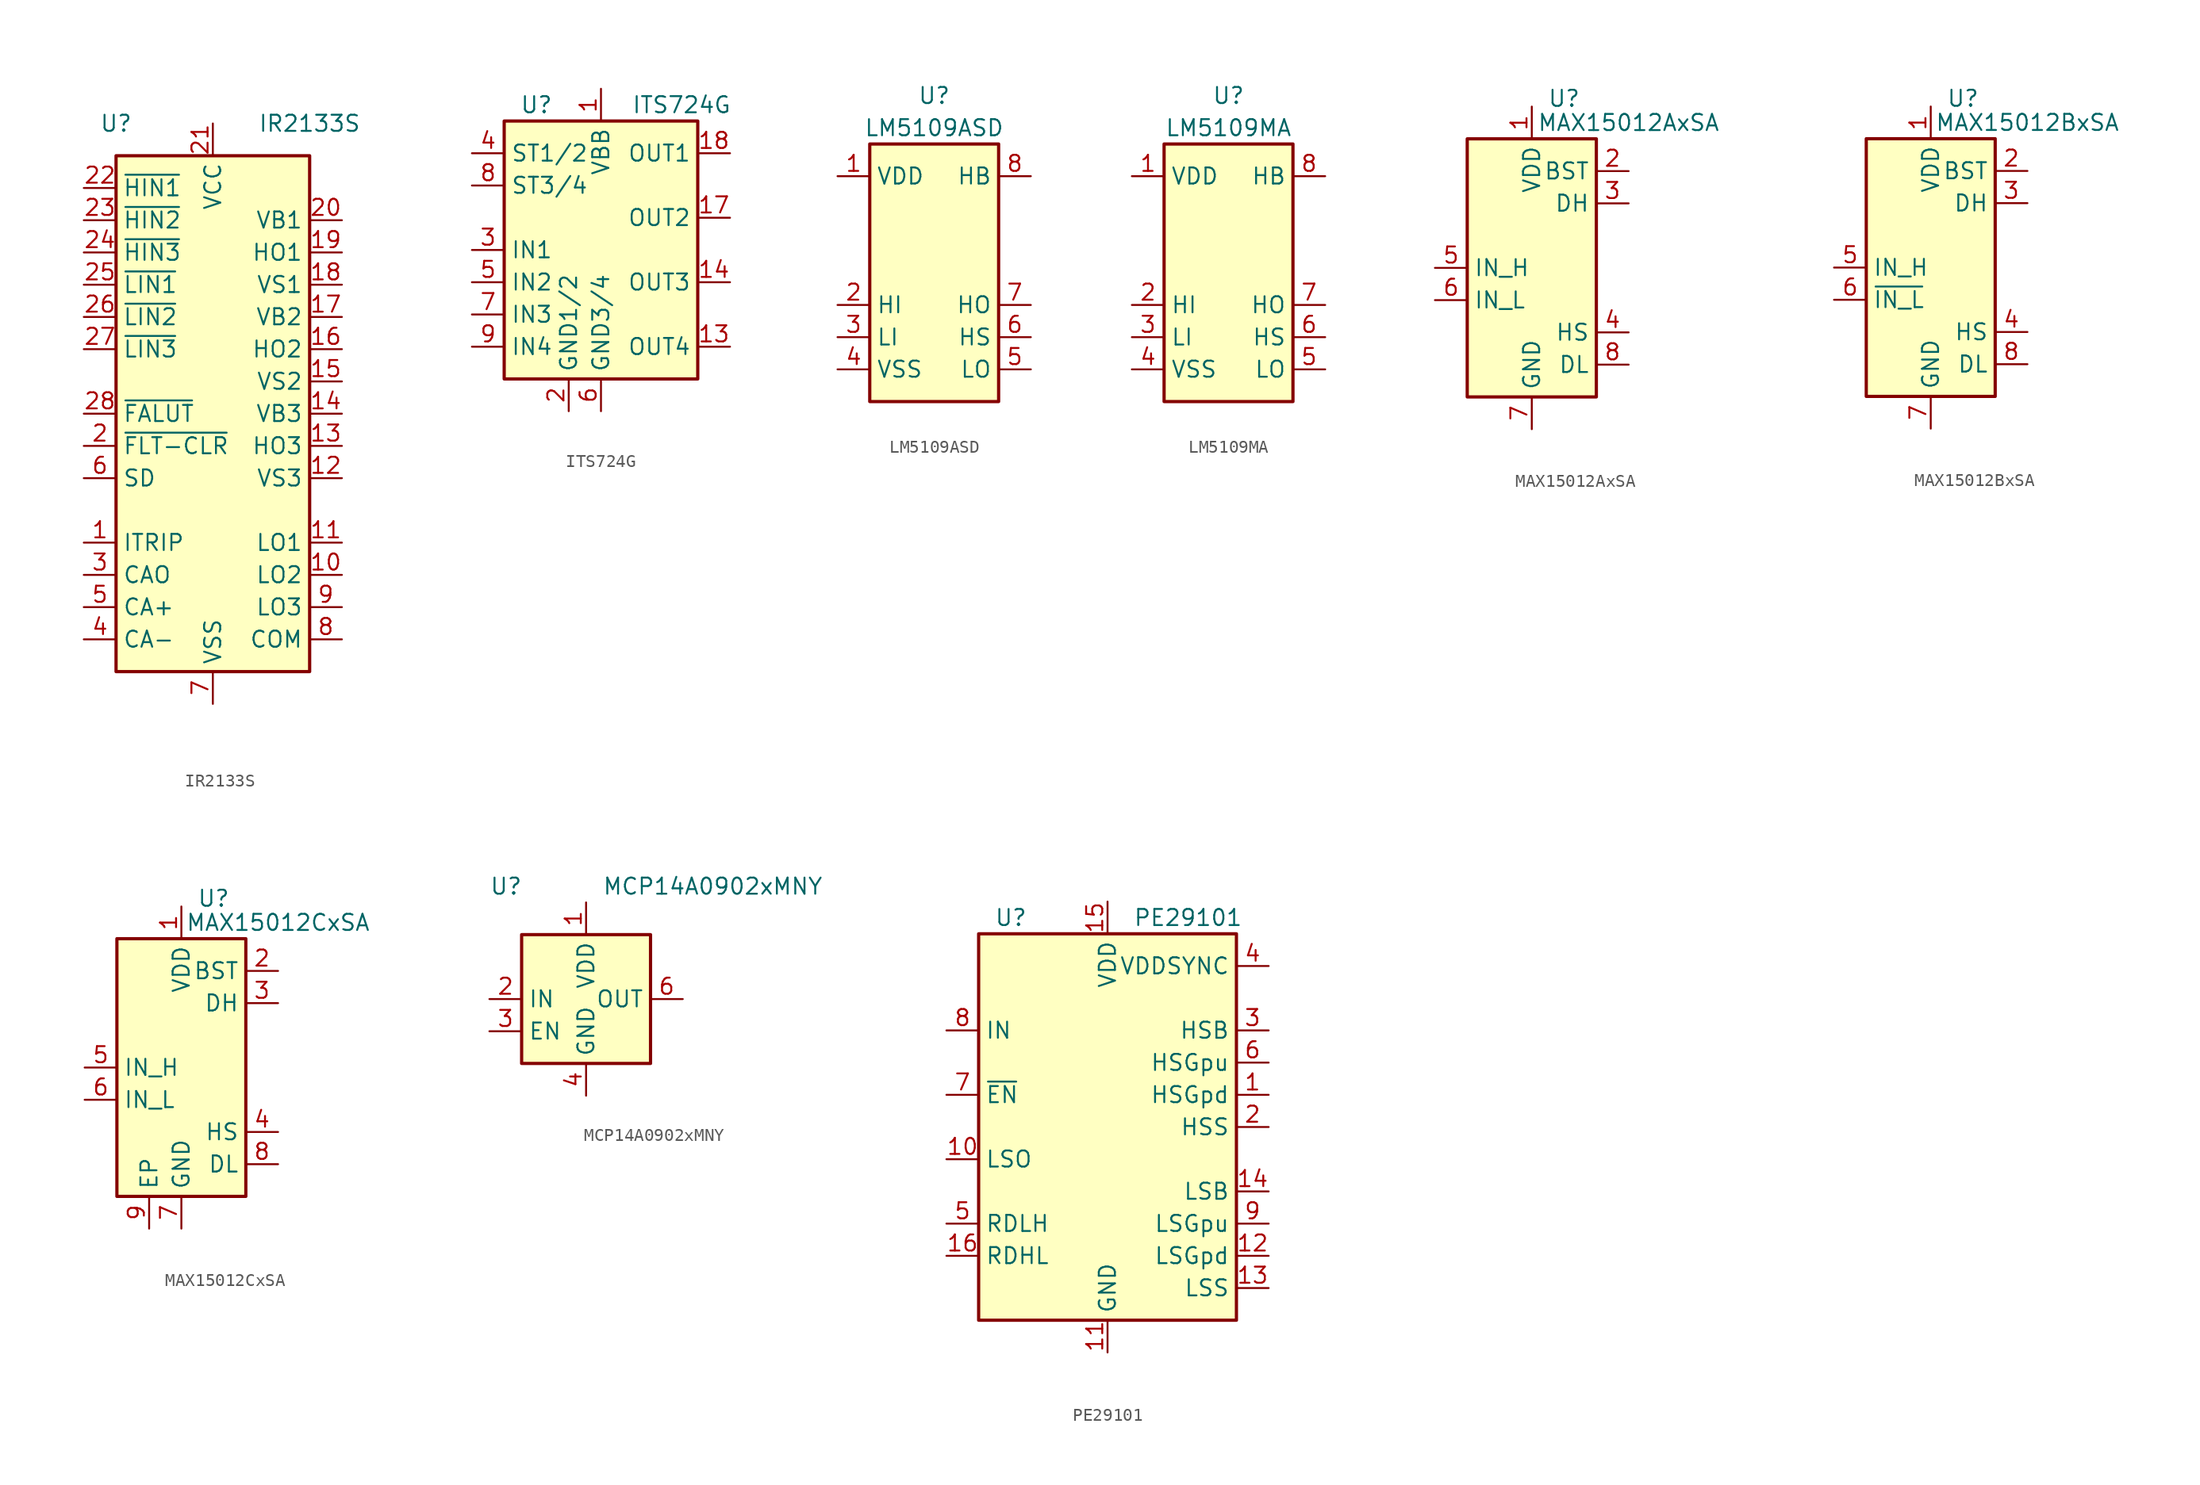
<source format=kicad_sym>
(kicad_symbol_lib
  (version 20201005)
  (generator kicad_symbol_editor)
  (symbol "Driver_FET:IR2133S"
    (property "Reference" "U"
      (at -7.62 22.86 0)
      (effects (font (size 1.27 1.27))))
    (property "Value" "IR2133S"
      (at 7.62 22.86 0)
      (effects (font (size 1.27 1.27))))
    (symbol "IR2133S_1_1"
      (rectangle (start -7.62 -20.32) (end 7.62 20.32) (stroke (width 0.254)) (fill (type background)))
      (pin input line (at -10.16 -10.16 0) (length 2.54) (name "ITRIP" (effects (font (size 1.27 1.27)))) (number "1" (effects (font (size 1.27 1.27)))))
      (pin output line (at 10.16 -12.7 180) (length 2.54) (name "LO2" (effects (font (size 1.27 1.27)))) (number "10" (effects (font (size 1.27 1.27)))))
      (pin output line (at 10.16 -10.16 180) (length 2.54) (name "LO1" (effects (font (size 1.27 1.27)))) (number "11" (effects (font (size 1.27 1.27)))))
      (pin passive line (at 10.16 -5.08 180) (length 2.54) (name "VS3" (effects (font (size 1.27 1.27)))) (number "12" (effects (font (size 1.27 1.27)))))
      (pin output line (at 10.16 -2.54 180) (length 2.54) (name "HO3" (effects (font (size 1.27 1.27)))) (number "13" (effects (font (size 1.27 1.27)))))
      (pin passive line (at 10.16 0 180) (length 2.54) (name "VB3" (effects (font (size 1.27 1.27)))) (number "14" (effects (font (size 1.27 1.27)))))
      (pin passive line (at 10.16 2.54 180) (length 2.54) (name "VS2" (effects (font (size 1.27 1.27)))) (number "15" (effects (font (size 1.27 1.27)))))
      (pin output line (at 10.16 5.08 180) (length 2.54) (name "HO2" (effects (font (size 1.27 1.27)))) (number "16" (effects (font (size 1.27 1.27)))))
      (pin passive line (at 10.16 7.62 180) (length 2.54) (name "VB2" (effects (font (size 1.27 1.27)))) (number "17" (effects (font (size 1.27 1.27)))))
      (pin passive line (at 10.16 10.16 180) (length 2.54) (name "VS1" (effects (font (size 1.27 1.27)))) (number "18" (effects (font (size 1.27 1.27)))))
      (pin output line (at 10.16 12.7 180) (length 2.54) (name "HO1" (effects (font (size 1.27 1.27)))) (number "19" (effects (font (size 1.27 1.27)))))
      (pin input line (at -10.16 -2.54 0) (length 2.54) (name "~FLT-CLR" (effects (font (size 1.27 1.27)))) (number "2" (effects (font (size 1.27 1.27)))))
      (pin passive line (at 10.16 15.24 180) (length 2.54) (name "VB1" (effects (font (size 1.27 1.27)))) (number "20" (effects (font (size 1.27 1.27)))))
      (pin power_in line (at 0 22.86 270) (length 2.54) (name "VCC" (effects (font (size 1.27 1.27)))) (number "21" (effects (font (size 1.27 1.27)))))
      (pin input line (at -10.16 17.78 0) (length 2.54) (name "~HIN1" (effects (font (size 1.27 1.27)))) (number "22" (effects (font (size 1.27 1.27)))))
      (pin input line (at -10.16 15.24 0) (length 2.54) (name "~HIN2" (effects (font (size 1.27 1.27)))) (number "23" (effects (font (size 1.27 1.27)))))
      (pin input line (at -10.16 12.7 0) (length 2.54) (name "~HIN3" (effects (font (size 1.27 1.27)))) (number "24" (effects (font (size 1.27 1.27)))))
      (pin input line (at -10.16 10.16 0) (length 2.54) (name "~LIN1" (effects (font (size 1.27 1.27)))) (number "25" (effects (font (size 1.27 1.27)))))
      (pin input line (at -10.16 7.62 0) (length 2.54) (name "~LIN2" (effects (font (size 1.27 1.27)))) (number "26" (effects (font (size 1.27 1.27)))))
      (pin input line (at -10.16 5.08 0) (length 2.54) (name "~LIN3" (effects (font (size 1.27 1.27)))) (number "27" (effects (font (size 1.27 1.27)))))
      (pin output line (at -10.16 0 0) (length 2.54) (name "~FALUT" (effects (font (size 1.27 1.27)))) (number "28" (effects (font (size 1.27 1.27)))))
      (pin output line (at -10.16 -12.7 0) (length 2.54) (name "CAO" (effects (font (size 1.27 1.27)))) (number "3" (effects (font (size 1.27 1.27)))))
      (pin input line (at -10.16 -17.78 0) (length 2.54) (name "CA-" (effects (font (size 1.27 1.27)))) (number "4" (effects (font (size 1.27 1.27)))))
      (pin input line (at -10.16 -15.24 0) (length 2.54) (name "CA+" (effects (font (size 1.27 1.27)))) (number "5" (effects (font (size 1.27 1.27)))))
      (pin input line (at -10.16 -5.08 0) (length 2.54) (name "SD" (effects (font (size 1.27 1.27)))) (number "6" (effects (font (size 1.27 1.27)))))
      (pin power_in line (at 0 -22.86 90) (length 2.54) (name "VSS" (effects (font (size 1.27 1.27)))) (number "7" (effects (font (size 1.27 1.27)))))
      (pin passive line (at 10.16 -17.78 180) (length 2.54) (name "COM" (effects (font (size 1.27 1.27)))) (number "8" (effects (font (size 1.27 1.27)))))
      (pin output line (at 10.16 -15.24 180) (length 2.54) (name "LO3" (effects (font (size 1.27 1.27)))) (number "9" (effects (font (size 1.27 1.27)))))))
  (symbol "Driver_FET:ITS724G"
    (property "Reference" "U"
      (at -5.08 11.43 0)
      (effects (font (size 1.27 1.27))))
    (property "Value" "ITS724G"
      (at 6.35 11.43 0)
      (effects (font (size 1.27 1.27))))
    (symbol "ITS724G_0_1"
      (rectangle (start -7.62 10.16) (end 7.62 -10.16) (stroke (width 0.254)) (fill (type background))))
    (symbol "ITS724G_1_1"
      (pin power_in line (at 0 12.7 270) (length 2.54) (name "VBB" (effects (font (size 1.27 1.27)))) (number "1" (effects (font (size 1.27 1.27)))))
      (pin passive line (at 0 12.7 270) (length 2.54) hide (name "VBB" (effects (font (size 1.27 1.27)))) (number "10" (effects (font (size 1.27 1.27)))))
      (pin passive line (at 0 12.7 270) (length 2.54) hide (name "VBB" (effects (font (size 1.27 1.27)))) (number "11" (effects (font (size 1.27 1.27)))))
      (pin passive line (at 0 12.7 270) (length 2.54) hide (name "VBB" (effects (font (size 1.27 1.27)))) (number "12" (effects (font (size 1.27 1.27)))))
      (pin open_emitter line (at 10.16 -7.62 180) (length 2.54) (name "OUT4" (effects (font (size 1.27 1.27)))) (number "13" (effects (font (size 1.27 1.27)))))
      (pin open_emitter line (at 10.16 -2.54 180) (length 2.54) (name "OUT3" (effects (font (size 1.27 1.27)))) (number "14" (effects (font (size 1.27 1.27)))))
      (pin passive line (at 0 12.7 270) (length 2.54) hide (name "VBB" (effects (font (size 1.27 1.27)))) (number "15" (effects (font (size 1.27 1.27)))))
      (pin passive line (at 0 12.7 270) (length 2.54) hide (name "VBB" (effects (font (size 1.27 1.27)))) (number "16" (effects (font (size 1.27 1.27)))))
      (pin open_emitter line (at 10.16 2.54 180) (length 2.54) (name "OUT2" (effects (font (size 1.27 1.27)))) (number "17" (effects (font (size 1.27 1.27)))))
      (pin open_emitter line (at 10.16 7.62 180) (length 2.54) (name "OUT1" (effects (font (size 1.27 1.27)))) (number "18" (effects (font (size 1.27 1.27)))))
      (pin passive line (at 0 12.7 270) (length 2.54) hide (name "VBB" (effects (font (size 1.27 1.27)))) (number "19" (effects (font (size 1.27 1.27)))))
      (pin power_in line (at -2.54 -12.7 90) (length 2.54) (name "GND1/2" (effects (font (size 1.27 1.27)))) (number "2" (effects (font (size 1.27 1.27)))))
      (pin passive line (at 0 12.7 270) (length 2.54) hide (name "VBB" (effects (font (size 1.27 1.27)))) (number "20" (effects (font (size 1.27 1.27)))))
      (pin input line (at -10.16 0 0) (length 2.54) (name "IN1" (effects (font (size 1.27 1.27)))) (number "3" (effects (font (size 1.27 1.27)))))
      (pin open_collector line (at -10.16 7.62 0) (length 2.54) (name "ST1/2" (effects (font (size 1.27 1.27)))) (number "4" (effects (font (size 1.27 1.27)))))
      (pin input line (at -10.16 -2.54 0) (length 2.54) (name "IN2" (effects (font (size 1.27 1.27)))) (number "5" (effects (font (size 1.27 1.27)))))
      (pin power_in line (at 0 -12.7 90) (length 2.54) (name "GND3/4" (effects (font (size 1.27 1.27)))) (number "6" (effects (font (size 1.27 1.27)))))
      (pin input line (at -10.16 -5.08 0) (length 2.54) (name "IN3" (effects (font (size 1.27 1.27)))) (number "7" (effects (font (size 1.27 1.27)))))
      (pin open_collector line (at -10.16 5.08 0) (length 2.54) (name "ST3/4" (effects (font (size 1.27 1.27)))) (number "8" (effects (font (size 1.27 1.27)))))
      (pin input line (at -10.16 -7.62 0) (length 2.54) (name "IN4" (effects (font (size 1.27 1.27)))) (number "9" (effects (font (size 1.27 1.27)))))))
  (symbol "Driver_FET:LM5109ASD"
    (property "Reference" "U"
      (at 0 13.97 0)
      (effects (font (size 1.27 1.27))))
    (property "Value" "LM5109ASD"
      (at 0 11.43 0)
      (effects (font (size 1.27 1.27))))
    (symbol "LM5109ASD_0_1"
      (rectangle (start -5.08 -10.16) (end 5.08 10.16) (stroke (width 0.254)) (fill (type background))))
    (symbol "LM5109ASD_1_1"
      (pin power_in line (at -7.62 7.62 0) (length 2.54) (name "VDD" (effects (font (size 1.27 1.27)))) (number "1" (effects (font (size 1.27 1.27)))))
      (pin input line (at -7.62 -2.54 0) (length 2.54) (name "HI" (effects (font (size 1.27 1.27)))) (number "2" (effects (font (size 1.27 1.27)))))
      (pin input line (at -7.62 -5.08 0) (length 2.54) (name "LI" (effects (font (size 1.27 1.27)))) (number "3" (effects (font (size 1.27 1.27)))))
      (pin power_in line (at -7.62 -7.62 0) (length 2.54) (name "VSS" (effects (font (size 1.27 1.27)))) (number "4" (effects (font (size 1.27 1.27)))))
      (pin output line (at 7.62 -7.62 180) (length 2.54) (name "LO" (effects (font (size 1.27 1.27)))) (number "5" (effects (font (size 1.27 1.27)))))
      (pin passive line (at 7.62 -5.08 180) (length 2.54) (name "HS" (effects (font (size 1.27 1.27)))) (number "6" (effects (font (size 1.27 1.27)))))
      (pin output line (at 7.62 -2.54 180) (length 2.54) (name "HO" (effects (font (size 1.27 1.27)))) (number "7" (effects (font (size 1.27 1.27)))))
      (pin passive line (at 7.62 7.62 180) (length 2.54) (name "HB" (effects (font (size 1.27 1.27)))) (number "8" (effects (font (size 1.27 1.27)))))
      (pin passive line (at -7.62 -7.62 0) (length 2.54) hide (name "VSS" (effects (font (size 1.27 1.27)))) (number "9" (effects (font (size 1.27 1.27)))))))
  (symbol "Driver_FET:LM5109MA"
    (property "Reference" "U"
      (at 0 13.97 0)
      (effects (font (size 1.27 1.27))))
    (property "Value" "LM5109MA"
      (at 0 11.43 0)
      (effects (font (size 1.27 1.27))))
    (symbol "LM5109MA_0_1"
      (rectangle (start -5.08 -10.16) (end 5.08 10.16) (stroke (width 0.254)) (fill (type background))))
    (symbol "LM5109MA_1_1"
      (pin power_in line (at -7.62 7.62 0) (length 2.54) (name "VDD" (effects (font (size 1.27 1.27)))) (number "1" (effects (font (size 1.27 1.27)))))
      (pin input line (at -7.62 -2.54 0) (length 2.54) (name "HI" (effects (font (size 1.27 1.27)))) (number "2" (effects (font (size 1.27 1.27)))))
      (pin input line (at -7.62 -5.08 0) (length 2.54) (name "LI" (effects (font (size 1.27 1.27)))) (number "3" (effects (font (size 1.27 1.27)))))
      (pin power_in line (at -7.62 -7.62 0) (length 2.54) (name "VSS" (effects (font (size 1.27 1.27)))) (number "4" (effects (font (size 1.27 1.27)))))
      (pin output line (at 7.62 -7.62 180) (length 2.54) (name "LO" (effects (font (size 1.27 1.27)))) (number "5" (effects (font (size 1.27 1.27)))))
      (pin passive line (at 7.62 -5.08 180) (length 2.54) (name "HS" (effects (font (size 1.27 1.27)))) (number "6" (effects (font (size 1.27 1.27)))))
      (pin output line (at 7.62 -2.54 180) (length 2.54) (name "HO" (effects (font (size 1.27 1.27)))) (number "7" (effects (font (size 1.27 1.27)))))
      (pin passive line (at 7.62 7.62 180) (length 2.54) (name "HB" (effects (font (size 1.27 1.27)))) (number "8" (effects (font (size 1.27 1.27)))))))
  (symbol "Driver_FET:MAX15012AxSA"
    (property "Reference" "U"
      (at 2.54 13.335 0)
      (effects (font (size 1.27 1.27))))
    (property "Value" "MAX15012AxSA"
      (at 7.62 11.43 0)
      (effects (font (size 1.27 1.27))))
    (symbol "MAX15012AxSA_0_1"
      (rectangle (start -5.08 -10.16) (end 5.08 10.16) (stroke (width 0.254)) (fill (type background))))
    (symbol "MAX15012AxSA_1_1"
      (pin power_in line (at 0 12.7 270) (length 2.54) (name "VDD" (effects (font (size 1.27 1.27)))) (number "1" (effects (font (size 1.27 1.27)))))
      (pin power_in line (at 7.62 7.62 180) (length 2.54) (name "BST" (effects (font (size 1.27 1.27)))) (number "2" (effects (font (size 1.27 1.27)))))
      (pin output line (at 7.62 5.08 180) (length 2.54) (name "DH" (effects (font (size 1.27 1.27)))) (number "3" (effects (font (size 1.27 1.27)))))
      (pin passive line (at 7.62 -5.08 180) (length 2.54) (name "HS" (effects (font (size 1.27 1.27)))) (number "4" (effects (font (size 1.27 1.27)))))
      (pin input line (at -7.62 0 0) (length 2.54) (name "IN_H" (effects (font (size 1.27 1.27)))) (number "5" (effects (font (size 1.27 1.27)))))
      (pin input line (at -7.62 -2.54 0) (length 2.54) (name "IN_L" (effects (font (size 1.27 1.27)))) (number "6" (effects (font (size 1.27 1.27)))))
      (pin power_in line (at 0 -12.7 90) (length 2.54) (name "GND" (effects (font (size 1.27 1.27)))) (number "7" (effects (font (size 1.27 1.27)))))
      (pin output line (at 7.62 -7.62 180) (length 2.54) (name "DL" (effects (font (size 1.27 1.27)))) (number "8" (effects (font (size 1.27 1.27)))))))
  (symbol "Driver_FET:MAX15012BxSA"
    (property "Reference" "U"
      (at 2.54 13.335 0)
      (effects (font (size 1.27 1.27))))
    (property "Value" "MAX15012BxSA"
      (at 7.62 11.43 0)
      (effects (font (size 1.27 1.27))))
    (symbol "MAX15012BxSA_0_1"
      (rectangle (start -5.08 -10.16) (end 5.08 10.16) (stroke (width 0.254)) (fill (type background))))
    (symbol "MAX15012BxSA_1_1"
      (pin power_in line (at 0 12.7 270) (length 2.54) (name "VDD" (effects (font (size 1.27 1.27)))) (number "1" (effects (font (size 1.27 1.27)))))
      (pin power_in line (at 7.62 7.62 180) (length 2.54) (name "BST" (effects (font (size 1.27 1.27)))) (number "2" (effects (font (size 1.27 1.27)))))
      (pin output line (at 7.62 5.08 180) (length 2.54) (name "DH" (effects (font (size 1.27 1.27)))) (number "3" (effects (font (size 1.27 1.27)))))
      (pin passive line (at 7.62 -5.08 180) (length 2.54) (name "HS" (effects (font (size 1.27 1.27)))) (number "4" (effects (font (size 1.27 1.27)))))
      (pin input line (at -7.62 0 0) (length 2.54) (name "IN_H" (effects (font (size 1.27 1.27)))) (number "5" (effects (font (size 1.27 1.27)))))
      (pin input line (at -7.62 -2.54 0) (length 2.54) (name "~IN_L" (effects (font (size 1.27 1.27)))) (number "6" (effects (font (size 1.27 1.27)))))
      (pin power_in line (at 0 -12.7 90) (length 2.54) (name "GND" (effects (font (size 1.27 1.27)))) (number "7" (effects (font (size 1.27 1.27)))))
      (pin output line (at 7.62 -7.62 180) (length 2.54) (name "DL" (effects (font (size 1.27 1.27)))) (number "8" (effects (font (size 1.27 1.27)))))))
  (symbol "Driver_FET:MAX15012CxSA"
    (property "Reference" "U"
      (at 2.54 13.335 0)
      (effects (font (size 1.27 1.27))))
    (property "Value" "MAX15012CxSA"
      (at 7.62 11.43 0)
      (effects (font (size 1.27 1.27))))
    (symbol "MAX15012CxSA_0_1"
      (rectangle (start -5.08 -10.16) (end 5.08 10.16) (stroke (width 0.254)) (fill (type background))))
    (symbol "MAX15012CxSA_1_1"
      (pin power_in line (at 0 12.7 270) (length 2.54) (name "VDD" (effects (font (size 1.27 1.27)))) (number "1" (effects (font (size 1.27 1.27)))))
      (pin power_in line (at 7.62 7.62 180) (length 2.54) (name "BST" (effects (font (size 1.27 1.27)))) (number "2" (effects (font (size 1.27 1.27)))))
      (pin output line (at 7.62 5.08 180) (length 2.54) (name "DH" (effects (font (size 1.27 1.27)))) (number "3" (effects (font (size 1.27 1.27)))))
      (pin passive line (at 7.62 -5.08 180) (length 2.54) (name "HS" (effects (font (size 1.27 1.27)))) (number "4" (effects (font (size 1.27 1.27)))))
      (pin input line (at -7.62 0 0) (length 2.54) (name "IN_H" (effects (font (size 1.27 1.27)))) (number "5" (effects (font (size 1.27 1.27)))))
      (pin input line (at -7.62 -2.54 0) (length 2.54) (name "IN_L" (effects (font (size 1.27 1.27)))) (number "6" (effects (font (size 1.27 1.27)))))
      (pin power_in line (at 0 -12.7 90) (length 2.54) (name "GND" (effects (font (size 1.27 1.27)))) (number "7" (effects (font (size 1.27 1.27)))))
      (pin output line (at 7.62 -7.62 180) (length 2.54) (name "DL" (effects (font (size 1.27 1.27)))) (number "8" (effects (font (size 1.27 1.27)))))
      (pin output line (at -2.54 -12.7 90) (length 2.54) (name "EP" (effects (font (size 1.27 1.27)))) (number "9" (effects (font (size 1.27 1.27)))))))
  (symbol "Driver_FET:MCP14A0902xMNY"
    (property "Reference" "U"
      (at -7.62 8.89 0)
      (effects (font (size 1.27 1.27)) (justify left)))
    (property "Value" "MCP14A0902xMNY"
      (at 1.27 8.89 0)
      (effects (font (size 1.27 1.27)) (justify left)))
    (symbol "MCP14A0902xMNY_1_1"
      (rectangle (start -5.08 -5.08) (end 5.08 5.08) (stroke (width 0.254)) (fill (type background)))
      (pin power_in line (at 0 7.62 270) (length 2.54) (name "VDD" (effects (font (size 1.27 1.27)))) (number "1" (effects (font (size 1.27 1.27)))))
      (pin input line (at -7.62 0 0) (length 2.54) (name "IN" (effects (font (size 1.27 1.27)))) (number "2" (effects (font (size 1.27 1.27)))))
      (pin input line (at -7.62 -2.54 0) (length 2.54) (name "EN" (effects (font (size 1.27 1.27)))) (number "3" (effects (font (size 1.27 1.27)))))
      (pin power_in line (at 0 -7.62 90) (length 2.54) (name "GND" (effects (font (size 1.27 1.27)))) (number "4" (effects (font (size 1.27 1.27)))))
      (pin passive line (at 0 -7.62 90) (length 2.54) hide (name "GND" (effects (font (size 1.27 1.27)))) (number "5" (effects (font (size 1.27 1.27)))))
      (pin output line (at 7.62 0 180) (length 2.54) (name "OUT" (effects (font (size 1.27 1.27)))) (number "6" (effects (font (size 1.27 1.27)))))
      (pin passive line (at 7.62 0 180) (length 2.54) hide (name "OUT" (effects (font (size 1.27 1.27)))) (number "7" (effects (font (size 1.27 1.27)))))
      (pin passive line (at 0 7.62 270) (length 2.54) hide (name "VDD" (effects (font (size 1.27 1.27)))) (number "8" (effects (font (size 1.27 1.27)))))
      (pin passive line (at 0 -7.62 90) (length 2.54) hide (name "GND" (effects (font (size 1.27 1.27)))) (number "9" (effects (font (size 1.27 1.27)))))))
  (symbol "Driver_FET:PE29101"
    (property "Reference" "U"
      (at -7.62 16.51 0)
      (effects (font (size 1.27 1.27))))
    (property "Value" "PE29101"
      (at 6.35 16.51 0)
      (effects (font (size 1.27 1.27))))
    (symbol "PE29101_0_1"
      (rectangle (start 10.16 15.24) (end -10.16 -15.24) (stroke (width 0.254)) (fill (type background))))
    (symbol "PE29101_1_1"
      (pin output line (at 12.7 2.54 180) (length 2.54) (name "HSGpd" (effects (font (size 1.27 1.27)))) (number "1" (effects (font (size 1.27 1.27)))))
      (pin output line (at -12.7 -2.54 0) (length 2.54) (name "LSO" (effects (font (size 1.27 1.27)))) (number "10" (effects (font (size 1.27 1.27)))))
      (pin power_in line (at 0 -17.78 90) (length 2.54) (name "GND" (effects (font (size 1.27 1.27)))) (number "11" (effects (font (size 1.27 1.27)))))
      (pin output line (at 12.7 -10.16 180) (length 2.54) (name "LSGpd" (effects (font (size 1.27 1.27)))) (number "12" (effects (font (size 1.27 1.27)))))
      (pin passive line (at 12.7 -12.7 180) (length 2.54) (name "LSS" (effects (font (size 1.27 1.27)))) (number "13" (effects (font (size 1.27 1.27)))))
      (pin input line (at 12.7 -5.08 180) (length 2.54) (name "LSB" (effects (font (size 1.27 1.27)))) (number "14" (effects (font (size 1.27 1.27)))))
      (pin power_in line (at 0 17.78 270) (length 2.54) (name "VDD" (effects (font (size 1.27 1.27)))) (number "15" (effects (font (size 1.27 1.27)))))
      (pin passive line (at -12.7 -10.16 0) (length 2.54) (name "RDHL" (effects (font (size 1.27 1.27)))) (number "16" (effects (font (size 1.27 1.27)))))
      (pin passive line (at 12.7 0 180) (length 2.54) (name "HSS" (effects (font (size 1.27 1.27)))) (number "2" (effects (font (size 1.27 1.27)))))
      (pin input line (at 12.7 7.62 180) (length 2.54) (name "HSB" (effects (font (size 1.27 1.27)))) (number "3" (effects (font (size 1.27 1.27)))))
      (pin passive line (at 12.7 12.7 180) (length 2.54) (name "VDDSYNC" (effects (font (size 1.27 1.27)))) (number "4" (effects (font (size 1.27 1.27)))))
      (pin passive line (at -12.7 -7.62 0) (length 2.54) (name "RDLH" (effects (font (size 1.27 1.27)))) (number "5" (effects (font (size 1.27 1.27)))))
      (pin output line (at 12.7 5.08 180) (length 2.54) (name "HSGpu" (effects (font (size 1.27 1.27)))) (number "6" (effects (font (size 1.27 1.27)))))
      (pin input line (at -12.7 2.54 0) (length 2.54) (name "~EN" (effects (font (size 1.27 1.27)))) (number "7" (effects (font (size 1.27 1.27)))))
      (pin input line (at -12.7 7.62 0) (length 2.54) (name "IN" (effects (font (size 1.27 1.27)))) (number "8" (effects (font (size 1.27 1.27)))))
      (pin output line (at 12.7 -7.62 180) (length 2.54) (name "LSGpu" (effects (font (size 1.27 1.27)))) (number "9" (effects (font (size 1.27 1.27))))))))
</source>
